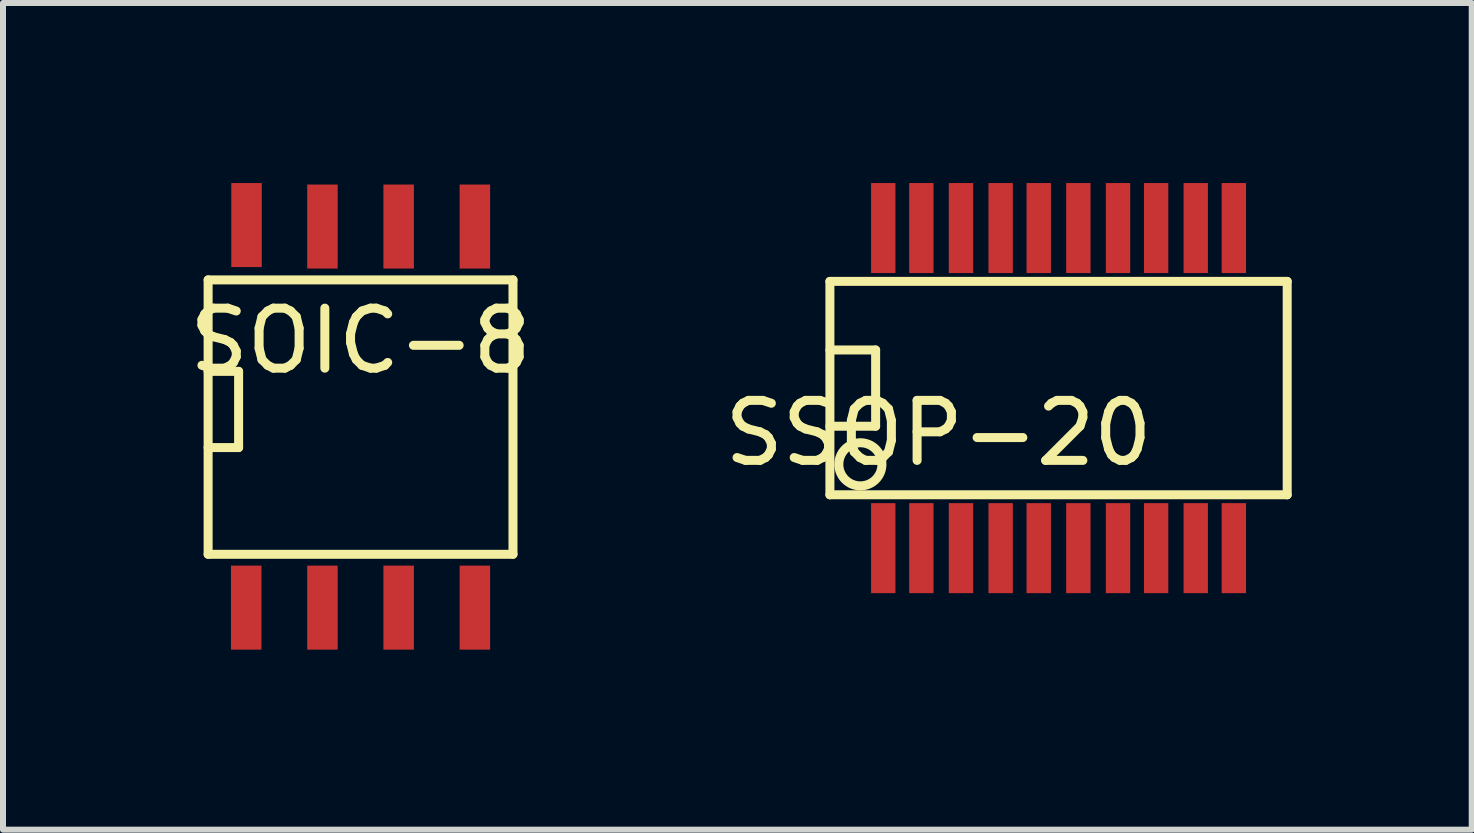
<source format=kicad_pcb>
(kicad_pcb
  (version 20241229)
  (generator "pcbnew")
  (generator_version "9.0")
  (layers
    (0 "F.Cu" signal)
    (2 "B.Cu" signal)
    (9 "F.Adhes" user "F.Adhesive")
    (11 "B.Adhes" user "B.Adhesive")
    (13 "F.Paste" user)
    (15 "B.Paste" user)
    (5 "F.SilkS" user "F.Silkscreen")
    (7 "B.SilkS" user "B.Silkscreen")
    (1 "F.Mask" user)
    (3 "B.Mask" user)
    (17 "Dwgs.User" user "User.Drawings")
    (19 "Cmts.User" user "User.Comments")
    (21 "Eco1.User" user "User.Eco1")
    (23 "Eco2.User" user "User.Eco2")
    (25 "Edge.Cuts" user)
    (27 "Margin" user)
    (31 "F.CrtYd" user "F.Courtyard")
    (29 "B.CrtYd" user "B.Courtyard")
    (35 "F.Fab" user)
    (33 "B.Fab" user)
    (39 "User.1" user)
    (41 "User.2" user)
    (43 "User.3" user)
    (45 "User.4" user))
  (footprint "SOIC-8"
    (layer "F.Cu")
    (at 2.958 3.9)
    (property "Reference" "SOIC-8" (at 0 -1.27 0) (layer "F.SilkS") (effects (font (size 1 1) (thickness 0.15))))
    (attr smd)
    (fp_line (start -2.54 -2.286) (end 2.54 -2.286) (stroke (width 0.15) (type solid)) (layer "F.SilkS"))
    (fp_line (start -2.54 -0.762) (end -2.032 -0.762) (stroke (width 0.15) (type solid)) (layer "F.SilkS"))
    (fp_line (start -2.54 2.286) (end -2.54 -2.286) (stroke (width 0.15) (type solid)) (layer "F.SilkS"))
    (fp_line (start -2.032 -0.762) (end -2.032 0.508) (stroke (width 0.15) (type solid)) (layer "F.SilkS"))
    (fp_line (start -2.032 0.508) (end -2.54 0.508) (stroke (width 0.15) (type solid)) (layer "F.SilkS"))
    (fp_line (start 2.54 -2.286) (end 2.54 2.286) (stroke (width 0.15) (type solid)) (layer "F.SilkS"))
    (fp_line (start 2.54 2.286) (end -2.54 2.286) (stroke (width 0.15) (type solid)) (layer "F.SilkS"))
    (pad "1" smd rect (at -1.905 3.175) (size 0.508 1.4) (layers "F.Cu" "F.Mask" "F.Paste"))
    (pad "2" smd rect (at -0.635 3.175) (size 0.508 1.4) (layers "F.Cu" "F.Mask" "F.Paste"))
    (pad "3" smd rect (at 0.635 3.175) (size 0.508 1.4) (layers "F.Cu" "F.Mask" "F.Paste"))
    (pad "4" smd rect (at 1.905 3.175) (size 0.508 1.4) (layers "F.Cu" "F.Mask" "F.Paste"))
    (pad "5" smd rect (at 1.905 -3.175) (size 0.508 1.4) (layers "F.Cu" "F.Mask" "F.Paste"))
    (pad "6" smd rect (at 0.635 -3.175) (size 0.508 1.4) (layers "F.Cu" "F.Mask" "F.Paste"))
    (pad "7" smd rect (at -0.635 -3.175) (size 0.508 1.4) (layers "F.Cu" "F.Mask" "F.Paste"))
    (pad "8" smd rect (at -1.9 -3.2) (size 0.508 1.4) (layers "F.Cu" "F.Mask" "F.Paste")))
  (footprint "SSOP-20"
    (layer "F.Cu")
    (at 14.589 3.417)
    (property "Reference" "SSOP-20" (at -2 0.75 0) (layer "F.SilkS") (effects (font (size 1 1) (thickness 0.15))))
    (attr smd)
    (fp_line (start -3.81 -0.635) (end -3.048 -0.635) (stroke (width 0.15) (type solid)) (layer "F.SilkS"))
    (fp_line (start -3.81 1.778) (end -3.81 -1.778) (stroke (width 0.15) (type solid)) (layer "F.SilkS"))
    (fp_line (start -3.81 1.778) (end 3.81 1.778) (stroke (width 0.15) (type solid)) (layer "F.SilkS"))
    (fp_line (start -3.048 -0.635) (end -3.048 0.635) (stroke (width 0.15) (type solid)) (layer "F.SilkS"))
    (fp_line (start -3.048 0.635) (end -3.81 0.635) (stroke (width 0.15) (type solid)) (layer "F.SilkS"))
    (fp_line (start 3.81 -1.778) (end -3.81 -1.778) (stroke (width 0.15) (type solid)) (layer "F.SilkS"))
    (fp_line (start 3.81 -1.778) (end 3.81 1.778) (stroke (width 0.15) (type solid)) (layer "F.SilkS"))
    (fp_circle (center -3.302 1.27) (end -3.556 1.016) (stroke (width 0.15) (type solid)) (fill no) (layer "F.SilkS"))
    (pad "1" smd rect (at -2.921 2.667) (size 0.406 1.5) (layers "F.Cu" "F.Mask" "F.Paste"))
    (pad "2" smd rect (at -2.286 2.667) (size 0.406 1.5) (layers "F.Cu" "F.Mask" "F.Paste"))
    (pad "3" smd rect (at -1.626 2.667) (size 0.406 1.5) (layers "F.Cu" "F.Mask" "F.Paste"))
    (pad "4" smd rect (at -0.965 2.667) (size 0.406 1.5) (layers "F.Cu" "F.Mask" "F.Paste"))
    (pad "5" smd rect (at -0.33 2.667) (size 0.406 1.5) (layers "F.Cu" "F.Mask" "F.Paste"))
    (pad "6" smd rect (at 0.33 2.667) (size 0.406 1.5) (layers "F.Cu" "F.Mask" "F.Paste"))
    (pad "7" smd rect (at 0.991 2.667) (size 0.406 1.5) (layers "F.Cu" "F.Mask" "F.Paste"))
    (pad "8" smd rect (at 1.626 2.667) (size 0.406 1.5) (layers "F.Cu" "F.Mask" "F.Paste"))
    (pad "9" smd rect (at 2.286 2.667) (size 0.406 1.5) (layers "F.Cu" "F.Mask" "F.Paste"))
    (pad "10" smd rect (at 2.921 2.667) (size 0.406 1.5) (layers "F.Cu" "F.Mask" "F.Paste"))
    (pad "11" smd rect (at 2.921 -2.667) (size 0.406 1.5) (layers "F.Cu" "F.Mask" "F.Paste"))
    (pad "12" smd rect (at 2.286 -2.667) (size 0.406 1.5) (layers "F.Cu" "F.Mask" "F.Paste"))
    (pad "13" smd rect (at 1.626 -2.667) (size 0.406 1.5) (layers "F.Cu" "F.Mask" "F.Paste"))
    (pad "14" smd rect (at 0.991 -2.667) (size 0.406 1.5) (layers "F.Cu" "F.Mask" "F.Paste"))
    (pad "15" smd rect (at 0.33 -2.667) (size 0.406 1.5) (layers "F.Cu" "F.Mask" "F.Paste"))
    (pad "16" smd rect (at -0.33 -2.667) (size 0.406 1.5) (layers "F.Cu" "F.Mask" "F.Paste"))
    (pad "17" smd rect (at -0.965 -2.667) (size 0.406 1.5) (layers "F.Cu" "F.Mask" "F.Paste"))
    (pad "18" smd rect (at -1.626 -2.667) (size 0.406 1.5) (layers "F.Cu" "F.Mask" "F.Paste"))
    (pad "19" smd rect (at -2.286 -2.667) (size 0.406 1.5) (layers "F.Cu" "F.Mask" "F.Paste"))
    (pad "20" smd rect (at -2.921 -2.667) (size 0.406 1.5) (layers "F.Cu" "F.Mask" "F.Paste")))
  (gr_rect
    (start -3 -3)
    (end 21.474 10.775)
    (stroke (width 0.1) (type default))
    (fill no)
    (layer "Edge.Cuts")))
</source>
